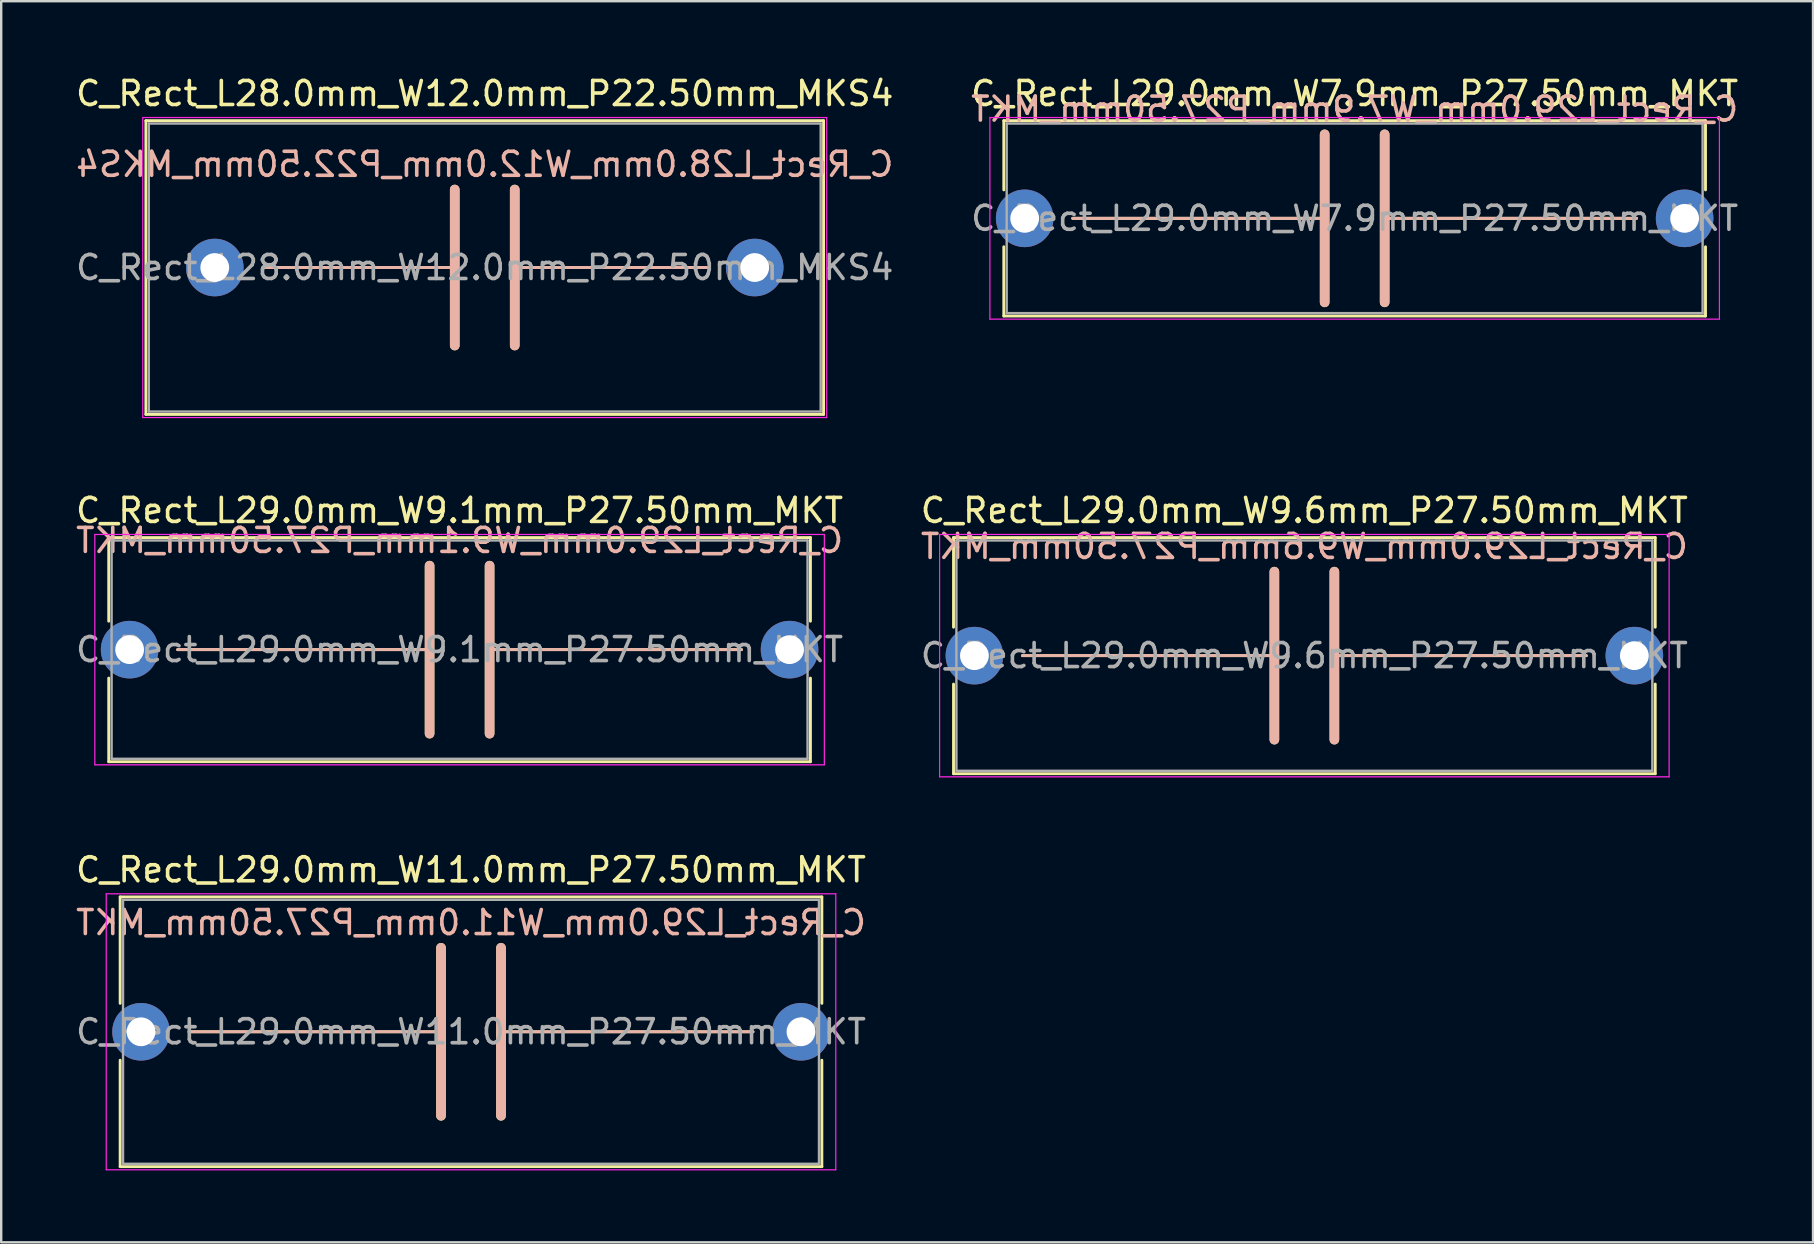
<source format=kicad_pcb>
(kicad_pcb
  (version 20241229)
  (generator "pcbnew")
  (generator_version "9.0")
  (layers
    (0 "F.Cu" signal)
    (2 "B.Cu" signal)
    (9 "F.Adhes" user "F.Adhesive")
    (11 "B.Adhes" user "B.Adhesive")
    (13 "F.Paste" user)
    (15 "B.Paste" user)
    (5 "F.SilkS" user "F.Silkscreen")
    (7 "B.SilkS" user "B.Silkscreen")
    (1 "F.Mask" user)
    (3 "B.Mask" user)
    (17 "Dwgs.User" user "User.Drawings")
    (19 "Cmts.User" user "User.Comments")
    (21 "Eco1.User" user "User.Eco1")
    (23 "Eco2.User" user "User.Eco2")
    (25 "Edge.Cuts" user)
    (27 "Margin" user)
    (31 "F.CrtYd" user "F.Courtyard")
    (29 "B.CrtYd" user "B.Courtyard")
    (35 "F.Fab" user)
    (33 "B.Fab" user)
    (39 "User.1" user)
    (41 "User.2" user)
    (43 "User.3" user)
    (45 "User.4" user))
  (footprint "C_Rect_L29.0mm_W11.0mm_P27.50mm_MKT"
    (layer "F.Cu")
    (at 2.827 39.945)
    (property "Reference" "C_Rect_L29.0mm_W11.0mm_P27.50mm_MKT" (at 13.75 -6.75 0) (layer "F.SilkS") (effects (font (size 1 1) (thickness 0.15))))
    (fp_line (start -0.87 -5.62) (end -0.87 -1.185) (stroke (width 0.12) (type solid)) (layer "F.SilkS"))
    (fp_line (start -0.87 -5.62) (end 28.37 -5.62) (stroke (width 0.12) (type solid)) (layer "F.SilkS"))
    (fp_line (start -0.87 1.185) (end -0.87 5.62) (stroke (width 0.12) (type solid)) (layer "F.SilkS"))
    (fp_line (start -0.87 5.62) (end 28.37 5.62) (stroke (width 0.12) (type solid)) (layer "F.SilkS"))
    (fp_line (start 2 0) (end 12.5 0) (stroke (width 0.12) (type solid)) (layer "F.SilkS"))
    (fp_line (start 12.5 -3.5) (end 12.5 3.5) (stroke (width 0.4) (type solid)) (layer "F.SilkS"))
    (fp_line (start 15 -3.5) (end 15 3.5) (stroke (width 0.4) (type solid)) (layer "F.SilkS"))
    (fp_line (start 15 0) (end 25.5 0) (stroke (width 0.12) (type solid)) (layer "F.SilkS"))
    (fp_line (start 28.37 -5.62) (end 28.37 -1.185) (stroke (width 0.12) (type solid)) (layer "F.SilkS"))
    (fp_line (start 28.37 1.185) (end 28.37 5.62) (stroke (width 0.12) (type solid)) (layer "F.SilkS"))
    (fp_line (start 2 0) (end 12.5 0) (stroke (width 0.12) (type solid)) (layer "B.SilkS"))
    (fp_line (start 12.5 3.5) (end 12.5 -3.5) (stroke (width 0.4) (type solid)) (layer "B.SilkS"))
    (fp_line (start 15 0) (end 25.5 0) (stroke (width 0.12) (type solid)) (layer "B.SilkS"))
    (fp_line (start 15 3.5) (end 15 -3.5) (stroke (width 0.4) (type solid)) (layer "B.SilkS"))
    (fp_line (start -1.45 -5.75) (end -1.45 5.75) (stroke (width 0.05) (type solid)) (layer "F.CrtYd"))
    (fp_line (start -1.45 5.75) (end 28.95 5.75) (stroke (width 0.05) (type solid)) (layer "F.CrtYd"))
    (fp_line (start 28.95 -5.75) (end -1.45 -5.75) (stroke (width 0.05) (type solid)) (layer "F.CrtYd"))
    (fp_line (start 28.95 5.75) (end 28.95 -5.75) (stroke (width 0.05) (type solid)) (layer "F.CrtYd"))
    (fp_line (start -0.75 -5.5) (end -0.75 5.5) (stroke (width 0.1) (type solid)) (layer "F.Fab"))
    (fp_line (start -0.75 5.5) (end 28.25 5.5) (stroke (width 0.1) (type solid)) (layer "F.Fab"))
    (fp_line (start 28.25 -5.5) (end -0.75 -5.5) (stroke (width 0.1) (type solid)) (layer "F.Fab"))
    (fp_line (start 28.25 5.5) (end 28.25 -5.5) (stroke (width 0.1) (type solid)) (layer "F.Fab"))
    (fp_text user "${REFERENCE}" (at 13.75 -4.55 0) (layer "B.SilkS") (effects (font (size 1 1) (thickness 0.15)) (justify mirror)))
    (fp_text user "${REFERENCE}" (at 13.75 0 0) (layer "F.Fab") (effects (font (size 1 1) (thickness 0.15))))
    (pad "1" thru_hole circle (at 0 0) (size 2.4 2.4) (drill 1.2) (layers "*.Cu" "*.Mask"))
    (pad "2" thru_hole circle (at 27.5 0) (size 2.4 2.4) (drill 1.2) (layers "*.Cu" "*.Mask")))
  (footprint "C_Rect_L29.0mm_W9.6mm_P27.50mm_MKT"
    (layer "F.Cu")
    (at 37.554 24.271)
    (property "Reference" "C_Rect_L29.0mm_W9.6mm_P27.50mm_MKT" (at 13.75 -6.05 0) (layer "F.SilkS") (effects (font (size 1 1) (thickness 0.15))))
    (fp_line (start -0.87 -4.92) (end -0.87 -1.185) (stroke (width 0.12) (type solid)) (layer "F.SilkS"))
    (fp_line (start -0.87 -4.92) (end 28.37 -4.92) (stroke (width 0.12) (type solid)) (layer "F.SilkS"))
    (fp_line (start -0.87 1.185) (end -0.87 4.92) (stroke (width 0.12) (type solid)) (layer "F.SilkS"))
    (fp_line (start -0.87 4.92) (end 28.37 4.92) (stroke (width 0.12) (type solid)) (layer "F.SilkS"))
    (fp_line (start 2 0) (end 12.5 0) (stroke (width 0.12) (type solid)) (layer "F.SilkS"))
    (fp_line (start 12.5 -3.5) (end 12.5 3.5) (stroke (width 0.4) (type solid)) (layer "F.SilkS"))
    (fp_line (start 15 -3.5) (end 15 3.5) (stroke (width 0.4) (type solid)) (layer "F.SilkS"))
    (fp_line (start 15 0) (end 25.5 0) (stroke (width 0.12) (type solid)) (layer "F.SilkS"))
    (fp_line (start 28.37 -4.92) (end 28.37 -1.185) (stroke (width 0.12) (type solid)) (layer "F.SilkS"))
    (fp_line (start 28.37 1.185) (end 28.37 4.92) (stroke (width 0.12) (type solid)) (layer "F.SilkS"))
    (fp_line (start 2 0) (end 12.5 0) (stroke (width 0.12) (type solid)) (layer "B.SilkS"))
    (fp_line (start 12.5 3.5) (end 12.5 -3.5) (stroke (width 0.4) (type solid)) (layer "B.SilkS"))
    (fp_line (start 15 0) (end 25.5 0) (stroke (width 0.12) (type solid)) (layer "B.SilkS"))
    (fp_line (start 15 3.5) (end 15 -3.5) (stroke (width 0.4) (type solid)) (layer "B.SilkS"))
    (fp_line (start -1.45 -5.05) (end -1.45 5.05) (stroke (width 0.05) (type solid)) (layer "F.CrtYd"))
    (fp_line (start -1.45 5.05) (end 28.95 5.05) (stroke (width 0.05) (type solid)) (layer "F.CrtYd"))
    (fp_line (start 28.95 -5.05) (end -1.45 -5.05) (stroke (width 0.05) (type solid)) (layer "F.CrtYd"))
    (fp_line (start 28.95 5.05) (end 28.95 -5.05) (stroke (width 0.05) (type solid)) (layer "F.CrtYd"))
    (fp_line (start -0.75 -4.8) (end -0.75 4.8) (stroke (width 0.1) (type solid)) (layer "F.Fab"))
    (fp_line (start -0.75 4.8) (end 28.25 4.8) (stroke (width 0.1) (type solid)) (layer "F.Fab"))
    (fp_line (start 28.25 -4.8) (end -0.75 -4.8) (stroke (width 0.1) (type solid)) (layer "F.Fab"))
    (fp_line (start 28.25 4.8) (end 28.25 -4.8) (stroke (width 0.1) (type solid)) (layer "F.Fab"))
    (fp_text user "${REFERENCE}" (at 13.75 -4.55 0) (layer "B.SilkS") (effects (font (size 1 1) (thickness 0.15)) (justify mirror)))
    (fp_text user "${REFERENCE}" (at 13.75 0 0) (layer "F.Fab") (effects (font (size 1 1) (thickness 0.15))))
    (pad "1" thru_hole circle (at 0 0) (size 2.4 2.4) (drill 1.2) (layers "*.Cu" "*.Mask"))
    (pad "2" thru_hole circle (at 27.5 0) (size 2.4 2.4) (drill 1.2) (layers "*.Cu" "*.Mask")))
  (footprint "C_Rect_L29.0mm_W9.1mm_P27.50mm_MKT"
    (layer "F.Cu")
    (at 2.351 24.021)
    (property "Reference" "C_Rect_L29.0mm_W9.1mm_P27.50mm_MKT" (at 13.75 -5.8 0) (layer "F.SilkS") (effects (font (size 1 1) (thickness 0.15))))
    (fp_line (start -0.87 -4.67) (end -0.87 -1.185) (stroke (width 0.12) (type solid)) (layer "F.SilkS"))
    (fp_line (start -0.87 -4.67) (end 28.37 -4.67) (stroke (width 0.12) (type solid)) (layer "F.SilkS"))
    (fp_line (start -0.87 1.185) (end -0.87 4.67) (stroke (width 0.12) (type solid)) (layer "F.SilkS"))
    (fp_line (start -0.87 4.67) (end 28.37 4.67) (stroke (width 0.12) (type solid)) (layer "F.SilkS"))
    (fp_line (start 2 0) (end 12.5 0) (stroke (width 0.12) (type solid)) (layer "F.SilkS"))
    (fp_line (start 12.5 -3.5) (end 12.5 3.5) (stroke (width 0.4) (type solid)) (layer "F.SilkS"))
    (fp_line (start 15 -3.5) (end 15 3.5) (stroke (width 0.4) (type solid)) (layer "F.SilkS"))
    (fp_line (start 15 0) (end 25.5 0) (stroke (width 0.12) (type solid)) (layer "F.SilkS"))
    (fp_line (start 28.37 -4.67) (end 28.37 -1.185) (stroke (width 0.12) (type solid)) (layer "F.SilkS"))
    (fp_line (start 28.37 1.185) (end 28.37 4.67) (stroke (width 0.12) (type solid)) (layer "F.SilkS"))
    (fp_line (start 2 0) (end 12.5 0) (stroke (width 0.12) (type solid)) (layer "B.SilkS"))
    (fp_line (start 12.5 3.5) (end 12.5 -3.5) (stroke (width 0.4) (type solid)) (layer "B.SilkS"))
    (fp_line (start 15 0) (end 25.5 0) (stroke (width 0.12) (type solid)) (layer "B.SilkS"))
    (fp_line (start 15 3.5) (end 15 -3.5) (stroke (width 0.4) (type solid)) (layer "B.SilkS"))
    (fp_line (start -1.45 -4.8) (end -1.45 4.8) (stroke (width 0.05) (type solid)) (layer "F.CrtYd"))
    (fp_line (start -1.45 4.8) (end 28.95 4.8) (stroke (width 0.05) (type solid)) (layer "F.CrtYd"))
    (fp_line (start 28.95 -4.8) (end -1.45 -4.8) (stroke (width 0.05) (type solid)) (layer "F.CrtYd"))
    (fp_line (start 28.95 4.8) (end 28.95 -4.8) (stroke (width 0.05) (type solid)) (layer "F.CrtYd"))
    (fp_line (start -0.75 -4.55) (end -0.75 4.55) (stroke (width 0.1) (type solid)) (layer "F.Fab"))
    (fp_line (start -0.75 4.55) (end 28.25 4.55) (stroke (width 0.1) (type solid)) (layer "F.Fab"))
    (fp_line (start 28.25 -4.55) (end -0.75 -4.55) (stroke (width 0.1) (type solid)) (layer "F.Fab"))
    (fp_line (start 28.25 4.55) (end 28.25 -4.55) (stroke (width 0.1) (type solid)) (layer "F.Fab"))
    (fp_text user "${REFERENCE}" (at 13.75 -4.55 0) (layer "B.SilkS") (effects (font (size 1 1) (thickness 0.15)) (justify mirror)))
    (fp_text user "${REFERENCE}" (at 13.75 0 0) (layer "F.Fab") (effects (font (size 1 1) (thickness 0.15))))
    (pad "1" thru_hole circle (at 0 0) (size 2.4 2.4) (drill 1.2) (layers "*.Cu" "*.Mask"))
    (pad "2" thru_hole circle (at 27.5 0) (size 2.4 2.4) (drill 1.2) (layers "*.Cu" "*.Mask")))
  (footprint "C_Rect_L29.0mm_W7.9mm_P27.50mm_MKT"
    (layer "F.Cu")
    (at 39.649 6.048)
    (property "Reference" "C_Rect_L29.0mm_W7.9mm_P27.50mm_MKT" (at 13.75 -5.2 0) (layer "F.SilkS") (effects (font (size 1 1) (thickness 0.15))))
    (fp_line (start -0.87 -4.07) (end -0.87 -1.185) (stroke (width 0.12) (type solid)) (layer "F.SilkS"))
    (fp_line (start -0.87 -4.07) (end 28.37 -4.07) (stroke (width 0.12) (type solid)) (layer "F.SilkS"))
    (fp_line (start -0.87 1.185) (end -0.87 4.07) (stroke (width 0.12) (type solid)) (layer "F.SilkS"))
    (fp_line (start -0.87 4.07) (end 28.37 4.07) (stroke (width 0.12) (type solid)) (layer "F.SilkS"))
    (fp_line (start 2 0) (end 12.5 0) (stroke (width 0.12) (type solid)) (layer "F.SilkS"))
    (fp_line (start 12.5 -3.5) (end 12.5 3.5) (stroke (width 0.4) (type solid)) (layer "F.SilkS"))
    (fp_line (start 15 -3.5) (end 15 3.5) (stroke (width 0.4) (type solid)) (layer "F.SilkS"))
    (fp_line (start 15 0) (end 25.5 0) (stroke (width 0.12) (type solid)) (layer "F.SilkS"))
    (fp_line (start 28.37 -4.07) (end 28.37 -1.185) (stroke (width 0.12) (type solid)) (layer "F.SilkS"))
    (fp_line (start 28.37 1.185) (end 28.37 4.07) (stroke (width 0.12) (type solid)) (layer "F.SilkS"))
    (fp_line (start 2 0) (end 12.5 0) (stroke (width 0.12) (type solid)) (layer "B.SilkS"))
    (fp_line (start 12.5 3.5) (end 12.5 -3.5) (stroke (width 0.4) (type solid)) (layer "B.SilkS"))
    (fp_line (start 15 0) (end 25.5 0) (stroke (width 0.12) (type solid)) (layer "B.SilkS"))
    (fp_line (start 15 3.5) (end 15 -3.5) (stroke (width 0.4) (type solid)) (layer "B.SilkS"))
    (fp_line (start -1.45 -4.2) (end -1.45 4.2) (stroke (width 0.05) (type solid)) (layer "F.CrtYd"))
    (fp_line (start -1.45 4.2) (end 28.95 4.2) (stroke (width 0.05) (type solid)) (layer "F.CrtYd"))
    (fp_line (start 28.95 -4.2) (end -1.45 -4.2) (stroke (width 0.05) (type solid)) (layer "F.CrtYd"))
    (fp_line (start 28.95 4.2) (end 28.95 -4.2) (stroke (width 0.05) (type solid)) (layer "F.CrtYd"))
    (fp_line (start -0.75 -3.95) (end -0.75 3.95) (stroke (width 0.1) (type solid)) (layer "F.Fab"))
    (fp_line (start -0.75 3.95) (end 28.25 3.95) (stroke (width 0.1) (type solid)) (layer "F.Fab"))
    (fp_line (start 28.25 -3.95) (end -0.75 -3.95) (stroke (width 0.1) (type solid)) (layer "F.Fab"))
    (fp_line (start 28.25 3.95) (end 28.25 -3.95) (stroke (width 0.1) (type solid)) (layer "F.Fab"))
    (fp_text user "${REFERENCE}" (at 13.75 -4.55 0) (layer "B.SilkS") (effects (font (size 1 1) (thickness 0.15)) (justify mirror)))
    (fp_text user "${REFERENCE}" (at 13.75 0 0) (layer "F.Fab") (effects (font (size 1 1) (thickness 0.15))))
    (pad "1" thru_hole circle (at 0 0) (size 2.4 2.4) (drill 1.2) (layers "*.Cu" "*.Mask"))
    (pad "2" thru_hole circle (at 27.5 0) (size 2.4 2.4) (drill 1.2) (layers "*.Cu" "*.Mask")))
  (footprint "C_Rect_L28.0mm_W12.0mm_P22.50mm_MKS4"
    (layer "F.Cu")
    (at 5.899 8.098)
    (property "Reference" "C_Rect_L28.0mm_W12.0mm_P22.50mm_MKS4" (at 11.25 -7.25 0) (layer "F.SilkS") (effects (font (size 1 1) (thickness 0.15))))
    (fp_line (start -2.87 -6.12) (end -2.87 6.12) (stroke (width 0.12) (type solid)) (layer "F.SilkS"))
    (fp_line (start -2.87 -6.12) (end 25.37 -6.12) (stroke (width 0.12) (type solid)) (layer "F.SilkS"))
    (fp_line (start -2.87 6.12) (end 25.37 6.12) (stroke (width 0.12) (type solid)) (layer "F.SilkS"))
    (fp_line (start 2 0) (end 10 0) (stroke (width 0.12) (type solid)) (layer "F.SilkS"))
    (fp_line (start 10 -3.25) (end 10 3.25) (stroke (width 0.4) (type solid)) (layer "F.SilkS"))
    (fp_line (start 12.5 -3.25) (end 12.5 3.25) (stroke (width 0.4) (type solid)) (layer "F.SilkS"))
    (fp_line (start 12.5 0) (end 20.5 0) (stroke (width 0.12) (type solid)) (layer "F.SilkS"))
    (fp_line (start 25.37 -6.12) (end 25.37 6.12) (stroke (width 0.12) (type solid)) (layer "F.SilkS"))
    (fp_line (start 2 0) (end 10 0) (stroke (width 0.12) (type solid)) (layer "B.SilkS"))
    (fp_line (start 10 3.25) (end 10 -3.25) (stroke (width 0.4) (type solid)) (layer "B.SilkS"))
    (fp_line (start 12.5 0) (end 20.5 0) (stroke (width 0.12) (type solid)) (layer "B.SilkS"))
    (fp_line (start 12.5 3.25) (end 12.5 -3.25) (stroke (width 0.4) (type solid)) (layer "B.SilkS"))
    (fp_line (start -3 -6.25) (end -3 6.25) (stroke (width 0.05) (type solid)) (layer "F.CrtYd"))
    (fp_line (start -3 6.25) (end 25.5 6.25) (stroke (width 0.05) (type solid)) (layer "F.CrtYd"))
    (fp_line (start 25.5 -6.25) (end -3 -6.25) (stroke (width 0.05) (type solid)) (layer "F.CrtYd"))
    (fp_line (start 25.5 6.25) (end 25.5 -6.25) (stroke (width 0.05) (type solid)) (layer "F.CrtYd"))
    (fp_line (start -2.75 -6) (end -2.75 6) (stroke (width 0.1) (type solid)) (layer "F.Fab"))
    (fp_line (start -2.75 6) (end 25.25 6) (stroke (width 0.1) (type solid)) (layer "F.Fab"))
    (fp_line (start 25.25 -6) (end -2.75 -6) (stroke (width 0.1) (type solid)) (layer "F.Fab"))
    (fp_line (start 25.25 6) (end 25.25 -6) (stroke (width 0.1) (type solid)) (layer "F.Fab"))
    (fp_text user "${REFERENCE}" (at 11.25 -4.3 0) (layer "B.SilkS") (effects (font (size 1 1) (thickness 0.15)) (justify mirror)))
    (fp_text user "${REFERENCE}" (at 11.25 0 0) (layer "F.Fab") (effects (font (size 1 1) (thickness 0.15))))
    (pad "1" thru_hole circle (at 0 0) (size 2.4 2.4) (drill 1.2) (layers "*.Cu" "*.Mask"))
    (pad "2" thru_hole circle (at 22.5 0) (size 2.4 2.4) (drill 1.2) (layers "*.Cu" "*.Mask")))
  (gr_rect
    (start -3 -3)
    (end 72.5 48.72)
    (stroke (width 0.1) (type default))
    (fill no)
    (layer "Edge.Cuts")))
</source>
